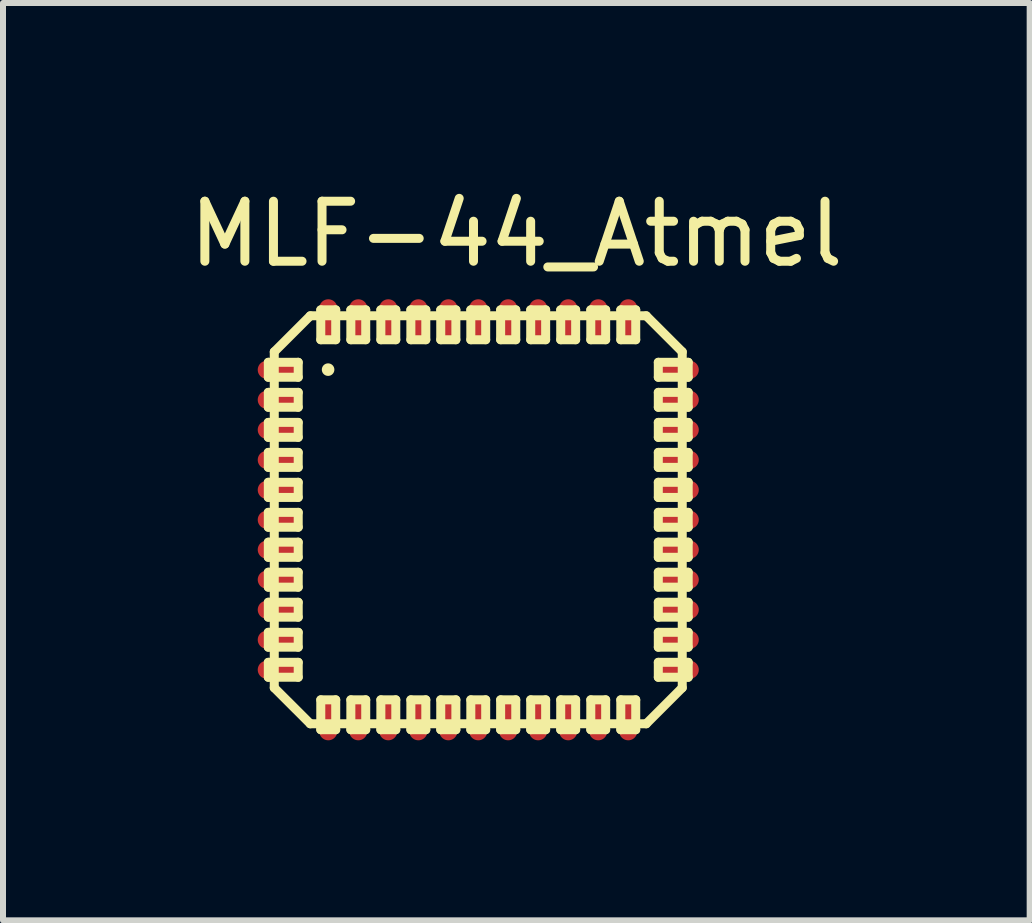
<source format=kicad_pcb>
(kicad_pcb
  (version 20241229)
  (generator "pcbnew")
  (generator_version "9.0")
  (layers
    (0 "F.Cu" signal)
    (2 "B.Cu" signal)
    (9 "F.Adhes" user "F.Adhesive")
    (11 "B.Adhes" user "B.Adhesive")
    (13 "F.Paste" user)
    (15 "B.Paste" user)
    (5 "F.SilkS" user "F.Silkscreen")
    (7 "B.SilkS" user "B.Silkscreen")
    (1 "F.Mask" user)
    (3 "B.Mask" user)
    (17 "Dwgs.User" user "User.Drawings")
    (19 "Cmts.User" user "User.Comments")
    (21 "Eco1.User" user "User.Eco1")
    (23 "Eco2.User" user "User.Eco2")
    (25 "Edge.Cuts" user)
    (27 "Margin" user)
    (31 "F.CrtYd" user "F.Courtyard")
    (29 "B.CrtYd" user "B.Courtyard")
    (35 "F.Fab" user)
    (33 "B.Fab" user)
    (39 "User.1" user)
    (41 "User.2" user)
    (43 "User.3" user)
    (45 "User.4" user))
  (footprint "MLF-44_Atmel"
    (layer "F.Cu")
    (at 4.919 5.611)
    (property "Reference" "MLF-44_Atmel" (at 0.635 -4.763 0) (layer "F.SilkS") (effects (font (size 1 1) (thickness 0.15))))
    (attr smd)
    (fp_line (start -3.498 -2.624) (end -3 -2.624) (stroke (width 0.15) (type solid)) (layer "F.SilkS"))
    (fp_line (start -3.498 -2.375) (end -3.498 -2.624) (stroke (width 0.15) (type solid)) (layer "F.SilkS"))
    (fp_line (start -3.498 -2.375) (end -3 -2.375) (stroke (width 0.15) (type solid)) (layer "F.SilkS"))
    (fp_line (start -3.498 -2.123) (end -3 -2.123) (stroke (width 0.15) (type solid)) (layer "F.SilkS"))
    (fp_line (start -3.498 -1.875) (end -3.498 -2.123) (stroke (width 0.15) (type solid)) (layer "F.SilkS"))
    (fp_line (start -3.498 -1.875) (end -3 -1.875) (stroke (width 0.15) (type solid)) (layer "F.SilkS"))
    (fp_line (start -3.498 -1.623) (end -3 -1.623) (stroke (width 0.15) (type solid)) (layer "F.SilkS"))
    (fp_line (start -3.498 -1.374) (end -3.498 -1.623) (stroke (width 0.15) (type solid)) (layer "F.SilkS"))
    (fp_line (start -3.498 -1.374) (end -3 -1.374) (stroke (width 0.15) (type solid)) (layer "F.SilkS"))
    (fp_line (start -3.498 -1.123) (end -3 -1.123) (stroke (width 0.15) (type solid)) (layer "F.SilkS"))
    (fp_line (start -3.498 -0.874) (end -3.498 -1.123) (stroke (width 0.15) (type solid)) (layer "F.SilkS"))
    (fp_line (start -3.498 -0.874) (end -3 -0.874) (stroke (width 0.15) (type solid)) (layer "F.SilkS"))
    (fp_line (start -3.498 -0.625) (end -3 -0.625) (stroke (width 0.15) (type solid)) (layer "F.SilkS"))
    (fp_line (start -3.498 -0.373) (end -3.498 -0.625) (stroke (width 0.15) (type solid)) (layer "F.SilkS"))
    (fp_line (start -3.498 -0.373) (end -3 -0.373) (stroke (width 0.15) (type solid)) (layer "F.SilkS"))
    (fp_line (start -3.498 -0.124) (end -3 -0.124) (stroke (width 0.15) (type solid)) (layer "F.SilkS"))
    (fp_line (start -3.498 0.124) (end -3.498 -0.124) (stroke (width 0.15) (type solid)) (layer "F.SilkS"))
    (fp_line (start -3.498 0.124) (end -3 0.124) (stroke (width 0.15) (type solid)) (layer "F.SilkS"))
    (fp_line (start -3.498 0.373) (end -3 0.373) (stroke (width 0.15) (type solid)) (layer "F.SilkS"))
    (fp_line (start -3.498 0.625) (end -3.498 0.373) (stroke (width 0.15) (type solid)) (layer "F.SilkS"))
    (fp_line (start -3.498 0.625) (end -3 0.625) (stroke (width 0.15) (type solid)) (layer "F.SilkS"))
    (fp_line (start -3.498 0.874) (end -3 0.874) (stroke (width 0.15) (type solid)) (layer "F.SilkS"))
    (fp_line (start -3.498 1.123) (end -3.498 0.874) (stroke (width 0.15) (type solid)) (layer "F.SilkS"))
    (fp_line (start -3.498 1.123) (end -3 1.123) (stroke (width 0.15) (type solid)) (layer "F.SilkS"))
    (fp_line (start -3.498 1.374) (end -3 1.374) (stroke (width 0.15) (type solid)) (layer "F.SilkS"))
    (fp_line (start -3.498 1.623) (end -3.498 1.374) (stroke (width 0.15) (type solid)) (layer "F.SilkS"))
    (fp_line (start -3.498 1.623) (end -3 1.623) (stroke (width 0.15) (type solid)) (layer "F.SilkS"))
    (fp_line (start -3.498 1.875) (end -3 1.875) (stroke (width 0.15) (type solid)) (layer "F.SilkS"))
    (fp_line (start -3.498 2.123) (end -3.498 1.875) (stroke (width 0.15) (type solid)) (layer "F.SilkS"))
    (fp_line (start -3.498 2.123) (end -3 2.123) (stroke (width 0.15) (type solid)) (layer "F.SilkS"))
    (fp_line (start -3.498 2.375) (end -3 2.375) (stroke (width 0.15) (type solid)) (layer "F.SilkS"))
    (fp_line (start -3.498 2.624) (end -3.498 2.375) (stroke (width 0.15) (type solid)) (layer "F.SilkS"))
    (fp_line (start -3.498 2.624) (end -3 2.624) (stroke (width 0.15) (type solid)) (layer "F.SilkS"))
    (fp_line (start -3.399 -2.799) (end -2.799 -3.399) (stroke (width 0.15) (type solid)) (layer "F.SilkS"))
    (fp_line (start -3.399 2.799) (end -3.399 -2.799) (stroke (width 0.15) (type solid)) (layer "F.SilkS"))
    (fp_line (start -3 -2.375) (end -3 -2.624) (stroke (width 0.15) (type solid)) (layer "F.SilkS"))
    (fp_line (start -3 -1.875) (end -3 -2.123) (stroke (width 0.15) (type solid)) (layer "F.SilkS"))
    (fp_line (start -3 -1.374) (end -3 -1.623) (stroke (width 0.15) (type solid)) (layer "F.SilkS"))
    (fp_line (start -3 -0.874) (end -3 -1.123) (stroke (width 0.15) (type solid)) (layer "F.SilkS"))
    (fp_line (start -3 -0.373) (end -3 -0.625) (stroke (width 0.15) (type solid)) (layer "F.SilkS"))
    (fp_line (start -3 0.124) (end -3 -0.124) (stroke (width 0.15) (type solid)) (layer "F.SilkS"))
    (fp_line (start -3 0.625) (end -3 0.373) (stroke (width 0.15) (type solid)) (layer "F.SilkS"))
    (fp_line (start -3 1.123) (end -3 0.874) (stroke (width 0.15) (type solid)) (layer "F.SilkS"))
    (fp_line (start -3 1.623) (end -3 1.374) (stroke (width 0.15) (type solid)) (layer "F.SilkS"))
    (fp_line (start -3 2.123) (end -3 1.875) (stroke (width 0.15) (type solid)) (layer "F.SilkS"))
    (fp_line (start -3 2.624) (end -3 2.375) (stroke (width 0.15) (type solid)) (layer "F.SilkS"))
    (fp_line (start -2.799 -3.399) (end 2.799 -3.399) (stroke (width 0.15) (type solid)) (layer "F.SilkS"))
    (fp_line (start -2.799 3.399) (end -3.399 2.799) (stroke (width 0.15) (type solid)) (layer "F.SilkS"))
    (fp_line (start -2.624 -3.498) (end -2.375 -3.498) (stroke (width 0.15) (type solid)) (layer "F.SilkS"))
    (fp_line (start -2.624 -3) (end -2.624 -3.498) (stroke (width 0.15) (type solid)) (layer "F.SilkS"))
    (fp_line (start -2.624 -3) (end -2.375 -3) (stroke (width 0.15) (type solid)) (layer "F.SilkS"))
    (fp_line (start -2.624 3) (end -2.375 3) (stroke (width 0.15) (type solid)) (layer "F.SilkS"))
    (fp_line (start -2.624 3.498) (end -2.624 3) (stroke (width 0.15) (type solid)) (layer "F.SilkS"))
    (fp_line (start -2.624 3.498) (end -2.375 3.498) (stroke (width 0.15) (type solid)) (layer "F.SilkS"))
    (fp_line (start -2.375 -3) (end -2.375 -3.498) (stroke (width 0.15) (type solid)) (layer "F.SilkS"))
    (fp_line (start -2.375 3.498) (end -2.375 3) (stroke (width 0.15) (type solid)) (layer "F.SilkS"))
    (fp_line (start -2.123 -3.498) (end -1.875 -3.498) (stroke (width 0.15) (type solid)) (layer "F.SilkS"))
    (fp_line (start -2.123 -3) (end -2.123 -3.498) (stroke (width 0.15) (type solid)) (layer "F.SilkS"))
    (fp_line (start -2.123 -3) (end -1.875 -3) (stroke (width 0.15) (type solid)) (layer "F.SilkS"))
    (fp_line (start -2.123 3) (end -1.875 3) (stroke (width 0.15) (type solid)) (layer "F.SilkS"))
    (fp_line (start -2.123 3.498) (end -2.123 3) (stroke (width 0.15) (type solid)) (layer "F.SilkS"))
    (fp_line (start -2.123 3.498) (end -1.875 3.498) (stroke (width 0.15) (type solid)) (layer "F.SilkS"))
    (fp_line (start -1.875 -3) (end -1.875 -3.498) (stroke (width 0.15) (type solid)) (layer "F.SilkS"))
    (fp_line (start -1.875 3.498) (end -1.875 3) (stroke (width 0.15) (type solid)) (layer "F.SilkS"))
    (fp_line (start -1.623 -3.498) (end -1.374 -3.498) (stroke (width 0.15) (type solid)) (layer "F.SilkS"))
    (fp_line (start -1.623 -3) (end -1.623 -3.498) (stroke (width 0.15) (type solid)) (layer "F.SilkS"))
    (fp_line (start -1.623 -3) (end -1.374 -3) (stroke (width 0.15) (type solid)) (layer "F.SilkS"))
    (fp_line (start -1.623 3) (end -1.374 3) (stroke (width 0.15) (type solid)) (layer "F.SilkS"))
    (fp_line (start -1.623 3.498) (end -1.623 3) (stroke (width 0.15) (type solid)) (layer "F.SilkS"))
    (fp_line (start -1.623 3.498) (end -1.374 3.498) (stroke (width 0.15) (type solid)) (layer "F.SilkS"))
    (fp_line (start -1.374 -3) (end -1.374 -3.498) (stroke (width 0.15) (type solid)) (layer "F.SilkS"))
    (fp_line (start -1.374 3.498) (end -1.374 3) (stroke (width 0.15) (type solid)) (layer "F.SilkS"))
    (fp_line (start -1.123 -3.498) (end -0.874 -3.498) (stroke (width 0.15) (type solid)) (layer "F.SilkS"))
    (fp_line (start -1.123 -3) (end -1.123 -3.498) (stroke (width 0.15) (type solid)) (layer "F.SilkS"))
    (fp_line (start -1.123 -3) (end -0.874 -3) (stroke (width 0.15) (type solid)) (layer "F.SilkS"))
    (fp_line (start -1.123 3) (end -0.874 3) (stroke (width 0.15) (type solid)) (layer "F.SilkS"))
    (fp_line (start -1.123 3.498) (end -1.123 3) (stroke (width 0.15) (type solid)) (layer "F.SilkS"))
    (fp_line (start -1.123 3.498) (end -0.874 3.498) (stroke (width 0.15) (type solid)) (layer "F.SilkS"))
    (fp_line (start -0.874 -3) (end -0.874 -3.498) (stroke (width 0.15) (type solid)) (layer "F.SilkS"))
    (fp_line (start -0.874 3.498) (end -0.874 3) (stroke (width 0.15) (type solid)) (layer "F.SilkS"))
    (fp_line (start -0.625 -3.498) (end -0.373 -3.498) (stroke (width 0.15) (type solid)) (layer "F.SilkS"))
    (fp_line (start -0.625 -3) (end -0.625 -3.498) (stroke (width 0.15) (type solid)) (layer "F.SilkS"))
    (fp_line (start -0.625 -3) (end -0.373 -3) (stroke (width 0.15) (type solid)) (layer "F.SilkS"))
    (fp_line (start -0.625 3) (end -0.373 3) (stroke (width 0.15) (type solid)) (layer "F.SilkS"))
    (fp_line (start -0.625 3.498) (end -0.625 3) (stroke (width 0.15) (type solid)) (layer "F.SilkS"))
    (fp_line (start -0.625 3.498) (end -0.373 3.498) (stroke (width 0.15) (type solid)) (layer "F.SilkS"))
    (fp_line (start -0.373 -3) (end -0.373 -3.498) (stroke (width 0.15) (type solid)) (layer "F.SilkS"))
    (fp_line (start -0.373 3.498) (end -0.373 3) (stroke (width 0.15) (type solid)) (layer "F.SilkS"))
    (fp_line (start -0.124 -3.498) (end 0.124 -3.498) (stroke (width 0.15) (type solid)) (layer "F.SilkS"))
    (fp_line (start -0.124 -3) (end -0.124 -3.498) (stroke (width 0.15) (type solid)) (layer "F.SilkS"))
    (fp_line (start -0.124 -3) (end 0.124 -3) (stroke (width 0.15) (type solid)) (layer "F.SilkS"))
    (fp_line (start -0.124 3) (end 0.124 3) (stroke (width 0.15) (type solid)) (layer "F.SilkS"))
    (fp_line (start -0.124 3.498) (end -0.124 3) (stroke (width 0.15) (type solid)) (layer "F.SilkS"))
    (fp_line (start -0.124 3.498) (end 0.124 3.498) (stroke (width 0.15) (type solid)) (layer "F.SilkS"))
    (fp_line (start 0.124 -3) (end 0.124 -3.498) (stroke (width 0.15) (type solid)) (layer "F.SilkS"))
    (fp_line (start 0.124 3.498) (end 0.124 3) (stroke (width 0.15) (type solid)) (layer "F.SilkS"))
    (fp_line (start 0.373 -3.498) (end 0.625 -3.498) (stroke (width 0.15) (type solid)) (layer "F.SilkS"))
    (fp_line (start 0.373 -3) (end 0.373 -3.498) (stroke (width 0.15) (type solid)) (layer "F.SilkS"))
    (fp_line (start 0.373 -3) (end 0.625 -3) (stroke (width 0.15) (type solid)) (layer "F.SilkS"))
    (fp_line (start 0.373 3) (end 0.625 3) (stroke (width 0.15) (type solid)) (layer "F.SilkS"))
    (fp_line (start 0.373 3.498) (end 0.373 3) (stroke (width 0.15) (type solid)) (layer "F.SilkS"))
    (fp_line (start 0.373 3.498) (end 0.625 3.498) (stroke (width 0.15) (type solid)) (layer "F.SilkS"))
    (fp_line (start 0.625 -3) (end 0.625 -3.498) (stroke (width 0.15) (type solid)) (layer "F.SilkS"))
    (fp_line (start 0.625 3.498) (end 0.625 3) (stroke (width 0.15) (type solid)) (layer "F.SilkS"))
    (fp_line (start 0.874 -3.498) (end 1.123 -3.498) (stroke (width 0.15) (type solid)) (layer "F.SilkS"))
    (fp_line (start 0.874 -3) (end 0.874 -3.498) (stroke (width 0.15) (type solid)) (layer "F.SilkS"))
    (fp_line (start 0.874 -3) (end 1.123 -3) (stroke (width 0.15) (type solid)) (layer "F.SilkS"))
    (fp_line (start 0.874 3) (end 1.123 3) (stroke (width 0.15) (type solid)) (layer "F.SilkS"))
    (fp_line (start 0.874 3.498) (end 0.874 3) (stroke (width 0.15) (type solid)) (layer "F.SilkS"))
    (fp_line (start 0.874 3.498) (end 1.123 3.498) (stroke (width 0.15) (type solid)) (layer "F.SilkS"))
    (fp_line (start 1.123 -3) (end 1.123 -3.498) (stroke (width 0.15) (type solid)) (layer "F.SilkS"))
    (fp_line (start 1.123 3.498) (end 1.123 3) (stroke (width 0.15) (type solid)) (layer "F.SilkS"))
    (fp_line (start 1.374 -3.498) (end 1.623 -3.498) (stroke (width 0.15) (type solid)) (layer "F.SilkS"))
    (fp_line (start 1.374 -3) (end 1.374 -3.498) (stroke (width 0.15) (type solid)) (layer "F.SilkS"))
    (fp_line (start 1.374 -3) (end 1.623 -3) (stroke (width 0.15) (type solid)) (layer "F.SilkS"))
    (fp_line (start 1.374 3) (end 1.623 3) (stroke (width 0.15) (type solid)) (layer "F.SilkS"))
    (fp_line (start 1.374 3.498) (end 1.374 3) (stroke (width 0.15) (type solid)) (layer "F.SilkS"))
    (fp_line (start 1.374 3.498) (end 1.623 3.498) (stroke (width 0.15) (type solid)) (layer "F.SilkS"))
    (fp_line (start 1.623 -3) (end 1.623 -3.498) (stroke (width 0.15) (type solid)) (layer "F.SilkS"))
    (fp_line (start 1.623 3.498) (end 1.623 3) (stroke (width 0.15) (type solid)) (layer "F.SilkS"))
    (fp_line (start 1.875 -3.498) (end 2.123 -3.498) (stroke (width 0.15) (type solid)) (layer "F.SilkS"))
    (fp_line (start 1.875 -3) (end 1.875 -3.498) (stroke (width 0.15) (type solid)) (layer "F.SilkS"))
    (fp_line (start 1.875 -3) (end 2.123 -3) (stroke (width 0.15) (type solid)) (layer "F.SilkS"))
    (fp_line (start 1.875 3) (end 2.123 3) (stroke (width 0.15) (type solid)) (layer "F.SilkS"))
    (fp_line (start 1.875 3.498) (end 1.875 3) (stroke (width 0.15) (type solid)) (layer "F.SilkS"))
    (fp_line (start 1.875 3.498) (end 2.123 3.498) (stroke (width 0.15) (type solid)) (layer "F.SilkS"))
    (fp_line (start 2.123 -3) (end 2.123 -3.498) (stroke (width 0.15) (type solid)) (layer "F.SilkS"))
    (fp_line (start 2.123 3.498) (end 2.123 3) (stroke (width 0.15) (type solid)) (layer "F.SilkS"))
    (fp_line (start 2.375 -3.498) (end 2.624 -3.498) (stroke (width 0.15) (type solid)) (layer "F.SilkS"))
    (fp_line (start 2.375 -3) (end 2.375 -3.498) (stroke (width 0.15) (type solid)) (layer "F.SilkS"))
    (fp_line (start 2.375 -3) (end 2.624 -3) (stroke (width 0.15) (type solid)) (layer "F.SilkS"))
    (fp_line (start 2.375 3) (end 2.624 3) (stroke (width 0.15) (type solid)) (layer "F.SilkS"))
    (fp_line (start 2.375 3.498) (end 2.375 3) (stroke (width 0.15) (type solid)) (layer "F.SilkS"))
    (fp_line (start 2.375 3.498) (end 2.624 3.498) (stroke (width 0.15) (type solid)) (layer "F.SilkS"))
    (fp_line (start 2.624 -3) (end 2.624 -3.498) (stroke (width 0.15) (type solid)) (layer "F.SilkS"))
    (fp_line (start 2.624 3.498) (end 2.624 3) (stroke (width 0.15) (type solid)) (layer "F.SilkS"))
    (fp_line (start 2.799 -3.399) (end 3.399 -2.799) (stroke (width 0.15) (type solid)) (layer "F.SilkS"))
    (fp_line (start 2.799 3.399) (end -2.799 3.399) (stroke (width 0.15) (type solid)) (layer "F.SilkS"))
    (fp_line (start 3 -2.624) (end 3.498 -2.624) (stroke (width 0.15) (type solid)) (layer "F.SilkS"))
    (fp_line (start 3 -2.375) (end 3 -2.624) (stroke (width 0.15) (type solid)) (layer "F.SilkS"))
    (fp_line (start 3 -2.375) (end 3.498 -2.375) (stroke (width 0.15) (type solid)) (layer "F.SilkS"))
    (fp_line (start 3 -2.123) (end 3.498 -2.123) (stroke (width 0.15) (type solid)) (layer "F.SilkS"))
    (fp_line (start 3 -1.875) (end 3 -2.123) (stroke (width 0.15) (type solid)) (layer "F.SilkS"))
    (fp_line (start 3 -1.875) (end 3.498 -1.875) (stroke (width 0.15) (type solid)) (layer "F.SilkS"))
    (fp_line (start 3 -1.623) (end 3.498 -1.623) (stroke (width 0.15) (type solid)) (layer "F.SilkS"))
    (fp_line (start 3 -1.374) (end 3 -1.623) (stroke (width 0.15) (type solid)) (layer "F.SilkS"))
    (fp_line (start 3 -1.374) (end 3.498 -1.374) (stroke (width 0.15) (type solid)) (layer "F.SilkS"))
    (fp_line (start 3 -1.123) (end 3.498 -1.123) (stroke (width 0.15) (type solid)) (layer "F.SilkS"))
    (fp_line (start 3 -0.874) (end 3 -1.123) (stroke (width 0.15) (type solid)) (layer "F.SilkS"))
    (fp_line (start 3 -0.874) (end 3.498 -0.874) (stroke (width 0.15) (type solid)) (layer "F.SilkS"))
    (fp_line (start 3 -0.625) (end 3.498 -0.625) (stroke (width 0.15) (type solid)) (layer "F.SilkS"))
    (fp_line (start 3 -0.373) (end 3 -0.625) (stroke (width 0.15) (type solid)) (layer "F.SilkS"))
    (fp_line (start 3 -0.373) (end 3.498 -0.373) (stroke (width 0.15) (type solid)) (layer "F.SilkS"))
    (fp_line (start 3 -0.124) (end 3.498 -0.124) (stroke (width 0.15) (type solid)) (layer "F.SilkS"))
    (fp_line (start 3 0.124) (end 3 -0.124) (stroke (width 0.15) (type solid)) (layer "F.SilkS"))
    (fp_line (start 3 0.124) (end 3.498 0.124) (stroke (width 0.15) (type solid)) (layer "F.SilkS"))
    (fp_line (start 3 0.373) (end 3.498 0.373) (stroke (width 0.15) (type solid)) (layer "F.SilkS"))
    (fp_line (start 3 0.625) (end 3 0.373) (stroke (width 0.15) (type solid)) (layer "F.SilkS"))
    (fp_line (start 3 0.625) (end 3.498 0.625) (stroke (width 0.15) (type solid)) (layer "F.SilkS"))
    (fp_line (start 3 0.874) (end 3.498 0.874) (stroke (width 0.15) (type solid)) (layer "F.SilkS"))
    (fp_line (start 3 1.123) (end 3 0.874) (stroke (width 0.15) (type solid)) (layer "F.SilkS"))
    (fp_line (start 3 1.123) (end 3.498 1.123) (stroke (width 0.15) (type solid)) (layer "F.SilkS"))
    (fp_line (start 3 1.374) (end 3.498 1.374) (stroke (width 0.15) (type solid)) (layer "F.SilkS"))
    (fp_line (start 3 1.623) (end 3 1.374) (stroke (width 0.15) (type solid)) (layer "F.SilkS"))
    (fp_line (start 3 1.623) (end 3.498 1.623) (stroke (width 0.15) (type solid)) (layer "F.SilkS"))
    (fp_line (start 3 1.875) (end 3.498 1.875) (stroke (width 0.15) (type solid)) (layer "F.SilkS"))
    (fp_line (start 3 2.123) (end 3 1.875) (stroke (width 0.15) (type solid)) (layer "F.SilkS"))
    (fp_line (start 3 2.123) (end 3.498 2.123) (stroke (width 0.15) (type solid)) (layer "F.SilkS"))
    (fp_line (start 3 2.375) (end 3.498 2.375) (stroke (width 0.15) (type solid)) (layer "F.SilkS"))
    (fp_line (start 3 2.624) (end 3 2.375) (stroke (width 0.15) (type solid)) (layer "F.SilkS"))
    (fp_line (start 3 2.624) (end 3.498 2.624) (stroke (width 0.15) (type solid)) (layer "F.SilkS"))
    (fp_line (start 3.399 -2.799) (end 3.399 2.799) (stroke (width 0.15) (type solid)) (layer "F.SilkS"))
    (fp_line (start 3.399 2.799) (end 2.799 3.399) (stroke (width 0.15) (type solid)) (layer "F.SilkS"))
    (fp_line (start 3.498 -2.375) (end 3.498 -2.624) (stroke (width 0.15) (type solid)) (layer "F.SilkS"))
    (fp_line (start 3.498 -1.875) (end 3.498 -2.123) (stroke (width 0.15) (type solid)) (layer "F.SilkS"))
    (fp_line (start 3.498 -1.374) (end 3.498 -1.623) (stroke (width 0.15) (type solid)) (layer "F.SilkS"))
    (fp_line (start 3.498 -0.874) (end 3.498 -1.123) (stroke (width 0.15) (type solid)) (layer "F.SilkS"))
    (fp_line (start 3.498 -0.373) (end 3.498 -0.625) (stroke (width 0.15) (type solid)) (layer "F.SilkS"))
    (fp_line (start 3.498 0.124) (end 3.498 -0.124) (stroke (width 0.15) (type solid)) (layer "F.SilkS"))
    (fp_line (start 3.498 0.625) (end 3.498 0.373) (stroke (width 0.15) (type solid)) (layer "F.SilkS"))
    (fp_line (start 3.498 1.123) (end 3.498 0.874) (stroke (width 0.15) (type solid)) (layer "F.SilkS"))
    (fp_line (start 3.498 1.623) (end 3.498 1.374) (stroke (width 0.15) (type solid)) (layer "F.SilkS"))
    (fp_line (start 3.498 2.123) (end 3.498 1.875) (stroke (width 0.15) (type solid)) (layer "F.SilkS"))
    (fp_line (start 3.498 2.624) (end 3.498 2.375) (stroke (width 0.15) (type solid)) (layer "F.SilkS"))
    (fp_circle (center -2.502 -2.502) (end -2.576 -2.576) (stroke (width 0) (type solid)) (fill yes) (layer "F.SilkS"))
    (pad "1" smd oval (at -3.325 -2.499) (size 0.699 0.3) (layers "F.Cu" "F.Mask" "F.Paste"))
    (pad "2" smd oval (at -3.325 -1.999) (size 0.699 0.3) (layers "F.Cu" "F.Mask" "F.Paste"))
    (pad "3" smd oval (at -3.325 -1.499) (size 0.699 0.3) (layers "F.Cu" "F.Mask" "F.Paste"))
    (pad "4" smd oval (at -3.325 -0.998) (size 0.699 0.3) (layers "F.Cu" "F.Mask" "F.Paste"))
    (pad "5" smd oval (at -3.325 -0.498) (size 0.699 0.3) (layers "F.Cu" "F.Mask" "F.Paste"))
    (pad "6" smd oval (at -3.325 0) (size 0.699 0.3) (layers "F.Cu" "F.Mask" "F.Paste"))
    (pad "7" smd oval (at -3.325 0.498) (size 0.699 0.3) (layers "F.Cu" "F.Mask" "F.Paste"))
    (pad "8" smd oval (at -3.325 0.998) (size 0.699 0.3) (layers "F.Cu" "F.Mask" "F.Paste"))
    (pad "9" smd oval (at -3.325 1.499) (size 0.699 0.3) (layers "F.Cu" "F.Mask" "F.Paste"))
    (pad "10" smd oval (at -3.325 1.999) (size 0.699 0.3) (layers "F.Cu" "F.Mask" "F.Paste"))
    (pad "11" smd oval (at -3.325 2.499) (size 0.699 0.3) (layers "F.Cu" "F.Mask" "F.Paste"))
    (pad "12" smd oval (at -2.499 3.325) (size 0.3 0.699) (layers "F.Cu" "F.Mask" "F.Paste"))
    (pad "13" smd oval (at -1.999 3.325) (size 0.3 0.699) (layers "F.Cu" "F.Mask" "F.Paste"))
    (pad "14" smd oval (at -1.499 3.325) (size 0.3 0.699) (layers "F.Cu" "F.Mask" "F.Paste"))
    (pad "15" smd oval (at -0.998 3.325) (size 0.3 0.699) (layers "F.Cu" "F.Mask" "F.Paste"))
    (pad "16" smd oval (at -0.498 3.325) (size 0.3 0.699) (layers "F.Cu" "F.Mask" "F.Paste"))
    (pad "17" smd oval (at 0 3.325) (size 0.3 0.699) (layers "F.Cu" "F.Mask" "F.Paste"))
    (pad "18" smd oval (at 0.498 3.325) (size 0.3 0.699) (layers "F.Cu" "F.Mask" "F.Paste"))
    (pad "19" smd oval (at 0.998 3.325) (size 0.3 0.699) (layers "F.Cu" "F.Mask" "F.Paste"))
    (pad "20" smd oval (at 1.499 3.325) (size 0.3 0.699) (layers "F.Cu" "F.Mask" "F.Paste"))
    (pad "21" smd oval (at 1.999 3.325) (size 0.3 0.699) (layers "F.Cu" "F.Mask" "F.Paste"))
    (pad "22" smd oval (at 2.499 3.325) (size 0.3 0.699) (layers "F.Cu" "F.Mask" "F.Paste"))
    (pad "23" smd oval (at 3.325 2.499) (size 0.699 0.3) (layers "F.Cu" "F.Mask" "F.Paste"))
    (pad "24" smd oval (at 3.325 1.999) (size 0.699 0.3) (layers "F.Cu" "F.Mask" "F.Paste"))
    (pad "25" smd oval (at 3.325 1.499) (size 0.699 0.3) (layers "F.Cu" "F.Mask" "F.Paste"))
    (pad "26" smd oval (at 3.325 0.998) (size 0.699 0.3) (layers "F.Cu" "F.Mask" "F.Paste"))
    (pad "27" smd oval (at 3.325 0.498) (size 0.699 0.3) (layers "F.Cu" "F.Mask" "F.Paste"))
    (pad "28" smd oval (at 3.325 0) (size 0.699 0.3) (layers "F.Cu" "F.Mask" "F.Paste"))
    (pad "29" smd oval (at 3.325 -0.498) (size 0.699 0.3) (layers "F.Cu" "F.Mask" "F.Paste"))
    (pad "30" smd oval (at 3.325 -0.998) (size 0.699 0.3) (layers "F.Cu" "F.Mask" "F.Paste"))
    (pad "31" smd oval (at 3.325 -1.499) (size 0.699 0.3) (layers "F.Cu" "F.Mask" "F.Paste"))
    (pad "32" smd oval (at 3.325 -1.999) (size 0.699 0.3) (layers "F.Cu" "F.Mask" "F.Paste"))
    (pad "33" smd oval (at 3.325 -2.499) (size 0.699 0.3) (layers "F.Cu" "F.Mask" "F.Paste"))
    (pad "34" smd oval (at 2.499 -3.325) (size 0.3 0.699) (layers "F.Cu" "F.Mask" "F.Paste"))
    (pad "35" smd oval (at 1.999 -3.325) (size 0.3 0.699) (layers "F.Cu" "F.Mask" "F.Paste"))
    (pad "36" smd oval (at 1.499 -3.325) (size 0.3 0.699) (layers "F.Cu" "F.Mask" "F.Paste"))
    (pad "37" smd oval (at 0.998 -3.325) (size 0.3 0.699) (layers "F.Cu" "F.Mask" "F.Paste"))
    (pad "38" smd oval (at 0.498 -3.325) (size 0.3 0.699) (layers "F.Cu" "F.Mask" "F.Paste"))
    (pad "39" smd oval (at 0 -3.325) (size 0.3 0.699) (layers "F.Cu" "F.Mask" "F.Paste"))
    (pad "40" smd oval (at -0.498 -3.325) (size 0.3 0.699) (layers "F.Cu" "F.Mask" "F.Paste"))
    (pad "41" smd oval (at -0.998 -3.325) (size 0.3 0.699) (layers "F.Cu" "F.Mask" "F.Paste"))
    (pad "42" smd oval (at -1.499 -3.325) (size 0.3 0.699) (layers "F.Cu" "F.Mask" "F.Paste"))
    (pad "43" smd oval (at -1.999 -3.325) (size 0.3 0.699) (layers "F.Cu" "F.Mask" "F.Paste"))
    (pad "44" smd oval (at -2.499 -3.325) (size 0.3 0.699) (layers "F.Cu" "F.Mask" "F.Paste")))
  (gr_rect
    (start -3 -3)
    (end 14.107 12.285)
    (stroke (width 0.1) (type default))
    (fill no)
    (layer "Edge.Cuts")))
</source>
